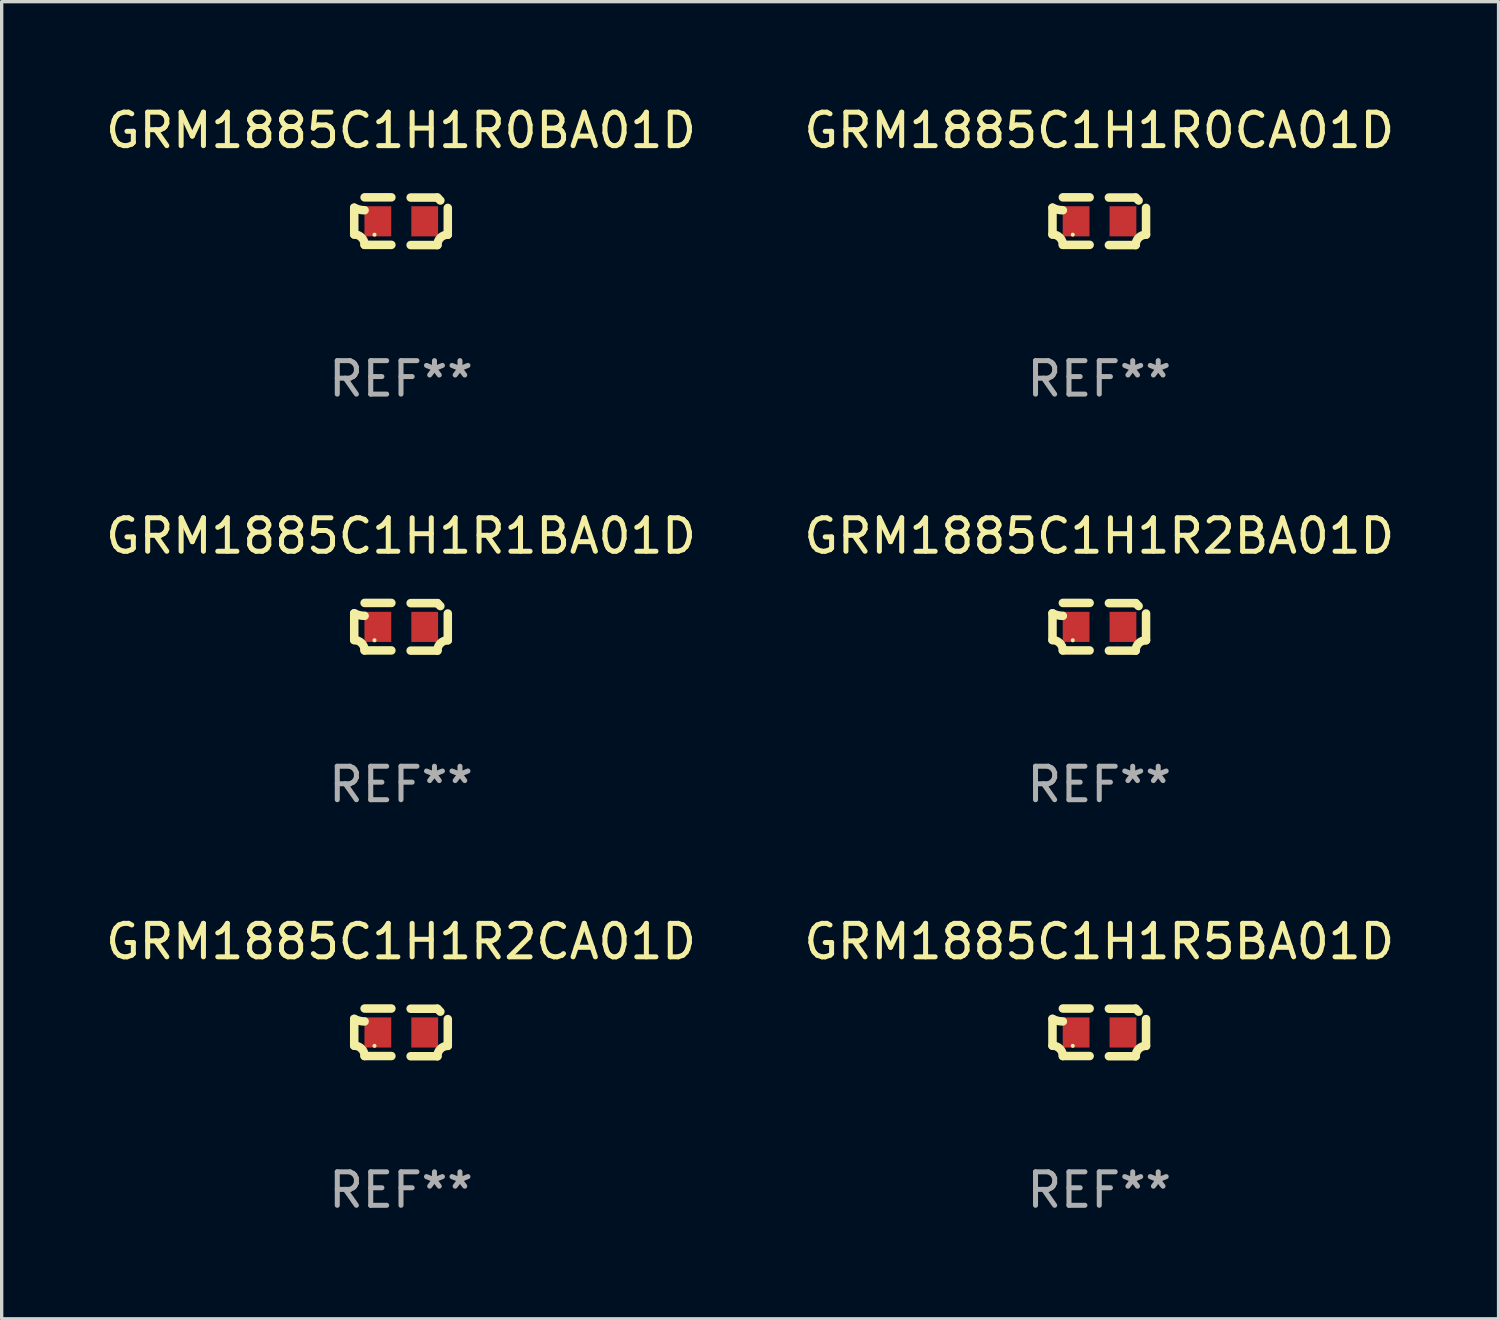
<source format=kicad_pcb>
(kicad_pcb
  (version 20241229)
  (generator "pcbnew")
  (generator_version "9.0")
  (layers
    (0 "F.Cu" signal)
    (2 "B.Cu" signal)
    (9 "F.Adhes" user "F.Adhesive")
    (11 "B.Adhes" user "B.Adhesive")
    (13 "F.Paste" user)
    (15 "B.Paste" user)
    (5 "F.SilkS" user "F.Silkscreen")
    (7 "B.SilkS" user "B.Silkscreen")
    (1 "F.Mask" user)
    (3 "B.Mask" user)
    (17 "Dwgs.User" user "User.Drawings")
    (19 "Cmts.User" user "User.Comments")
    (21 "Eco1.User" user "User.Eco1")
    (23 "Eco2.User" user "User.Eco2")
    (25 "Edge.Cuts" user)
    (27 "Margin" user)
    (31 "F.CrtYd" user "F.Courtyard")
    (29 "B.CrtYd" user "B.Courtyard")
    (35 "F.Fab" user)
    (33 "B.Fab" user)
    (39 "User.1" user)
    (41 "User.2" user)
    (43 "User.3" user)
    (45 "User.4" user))
  (footprint "GRM1885C1H1R1BA01D"
    (layer "F.Cu")
    (at 8.935 15.683)
    (property "Reference" "GRM1885C1H1R1BA01D" (at 0 -2.713 0) (layer "F.SilkS") (effects (font (size 1 1) (thickness 0.15))))
    (attr through_hole)
    (fp_line (start -1.398 -0.403) (end -1.398 0.397) (stroke (width 0.254) (type solid)) (layer "F.SilkS"))
    (fp_line (start -0.288 -0.713) (end -1.088 -0.713) (stroke (width 0.254) (type solid)) (layer "F.SilkS"))
    (fp_line (start -0.288 0.707) (end -1.088 0.707) (stroke (width 0.254) (type solid)) (layer "F.SilkS"))
    (fp_line (start 0.288 -0.707) (end 1.088 -0.707) (stroke (width 0.254) (type solid)) (layer "F.SilkS"))
    (fp_line (start 0.288 0.713) (end 1.088 0.713) (stroke (width 0.254) (type solid)) (layer "F.SilkS"))
    (fp_line (start 1.398 -0.397) (end 1.398 0.403) (stroke (width 0.254) (type solid)) (layer "F.SilkS"))
    (fp_arc (start -1.397789 0.397066) (mid -1.178701 0.487826) (end -1.08796 0.706922) (stroke (width 0.254001) (type solid)) (layer "F.SilkS"))
    (fp_arc (start -1.08796 -0.327176) (mid -1.247436 -0.346384) (end -1.39779 -0.402908) (stroke (width 0.254001) (type solid)) (layer "F.SilkS"))
    (fp_arc (start 1.087909 0.712738) (mid 1.178656 0.493655) (end 1.397739 0.402908) (stroke (width 0.254001) (type solid)) (layer "F.SilkS"))
    (fp_arc (start 1.175925 -0.618926) (mid 1.131917 -0.662923) (end 1.08791 -0.706922) (stroke (width 0.254001) (type solid)) (layer "F.SilkS"))
    (fp_circle (center -0.792 0.403) (end -0.762 0.403) (stroke (width 0.06) (type solid)) (fill no) (layer "F.SilkS"))
    (fp_text user "REF**" (at 0 4.713 0) (layer "F.Fab") (effects (font (size 1 1) (thickness 0.15))))
    (pad "1" smd rect (at -0.692 0.003) (size 0.8 0.9) (layers "F.Cu" "F.Mask" "F.Paste"))
    (pad "2" smd rect (at 0.708 0.003) (size 0.8 0.9) (layers "F.Cu" "F.Mask" "F.Paste")))
  (footprint "GRM1885C1H1R0CA01D"
    (layer "F.Cu")
    (at 29.804 3.561)
    (property "Reference" "GRM1885C1H1R0CA01D" (at 0 -2.713 0) (layer "F.SilkS") (effects (font (size 1 1) (thickness 0.15))))
    (attr through_hole)
    (fp_line (start -1.398 -0.403) (end -1.398 0.397) (stroke (width 0.254) (type solid)) (layer "F.SilkS"))
    (fp_line (start -0.288 -0.713) (end -1.088 -0.713) (stroke (width 0.254) (type solid)) (layer "F.SilkS"))
    (fp_line (start -0.288 0.707) (end -1.088 0.707) (stroke (width 0.254) (type solid)) (layer "F.SilkS"))
    (fp_line (start 0.288 -0.707) (end 1.088 -0.707) (stroke (width 0.254) (type solid)) (layer "F.SilkS"))
    (fp_line (start 0.288 0.713) (end 1.088 0.713) (stroke (width 0.254) (type solid)) (layer "F.SilkS"))
    (fp_line (start 1.398 -0.397) (end 1.398 0.403) (stroke (width 0.254) (type solid)) (layer "F.SilkS"))
    (fp_arc (start -1.397789 0.397066) (mid -1.178701 0.487826) (end -1.08796 0.706922) (stroke (width 0.254001) (type solid)) (layer "F.SilkS"))
    (fp_arc (start -1.08796 -0.327176) (mid -1.247436 -0.346384) (end -1.39779 -0.402908) (stroke (width 0.254001) (type solid)) (layer "F.SilkS"))
    (fp_arc (start 1.087909 0.712738) (mid 1.178656 0.493655) (end 1.397739 0.402908) (stroke (width 0.254001) (type solid)) (layer "F.SilkS"))
    (fp_arc (start 1.175925 -0.618926) (mid 1.131917 -0.662923) (end 1.08791 -0.706922) (stroke (width 0.254001) (type solid)) (layer "F.SilkS"))
    (fp_circle (center -0.792 0.403) (end -0.762 0.403) (stroke (width 0.06) (type solid)) (fill no) (layer "F.SilkS"))
    (fp_text user "REF**" (at 0 4.713 0) (layer "F.Fab") (effects (font (size 1 1) (thickness 0.15))))
    (pad "1" smd rect (at -0.692 0.003) (size 0.8 0.9) (layers "F.Cu" "F.Mask" "F.Paste"))
    (pad "2" smd rect (at 0.708 0.003) (size 0.8 0.9) (layers "F.Cu" "F.Mask" "F.Paste")))
  (footprint "GRM1885C1H1R5BA01D"
    (layer "F.Cu")
    (at 29.804 27.805)
    (property "Reference" "GRM1885C1H1R5BA01D" (at 0 -2.713 0) (layer "F.SilkS") (effects (font (size 1 1) (thickness 0.15))))
    (attr through_hole)
    (fp_line (start -1.398 -0.403) (end -1.398 0.397) (stroke (width 0.254) (type solid)) (layer "F.SilkS"))
    (fp_line (start -0.288 -0.713) (end -1.088 -0.713) (stroke (width 0.254) (type solid)) (layer "F.SilkS"))
    (fp_line (start -0.288 0.707) (end -1.088 0.707) (stroke (width 0.254) (type solid)) (layer "F.SilkS"))
    (fp_line (start 0.288 -0.707) (end 1.088 -0.707) (stroke (width 0.254) (type solid)) (layer "F.SilkS"))
    (fp_line (start 0.288 0.713) (end 1.088 0.713) (stroke (width 0.254) (type solid)) (layer "F.SilkS"))
    (fp_line (start 1.398 -0.397) (end 1.398 0.403) (stroke (width 0.254) (type solid)) (layer "F.SilkS"))
    (fp_arc (start -1.397789 0.397066) (mid -1.178701 0.487826) (end -1.08796 0.706922) (stroke (width 0.254001) (type solid)) (layer "F.SilkS"))
    (fp_arc (start -1.08796 -0.327176) (mid -1.247436 -0.346384) (end -1.39779 -0.402908) (stroke (width 0.254001) (type solid)) (layer "F.SilkS"))
    (fp_arc (start 1.087909 0.712738) (mid 1.178656 0.493655) (end 1.397739 0.402908) (stroke (width 0.254001) (type solid)) (layer "F.SilkS"))
    (fp_arc (start 1.175925 -0.618926) (mid 1.131917 -0.662923) (end 1.08791 -0.706922) (stroke (width 0.254001) (type solid)) (layer "F.SilkS"))
    (fp_circle (center -0.792 0.403) (end -0.762 0.403) (stroke (width 0.06) (type solid)) (fill no) (layer "F.SilkS"))
    (fp_text user "REF**" (at 0 4.713 0) (layer "F.Fab") (effects (font (size 1 1) (thickness 0.15))))
    (pad "1" smd rect (at -0.692 0.003) (size 0.8 0.9) (layers "F.Cu" "F.Mask" "F.Paste"))
    (pad "2" smd rect (at 0.708 0.003) (size 0.8 0.9) (layers "F.Cu" "F.Mask" "F.Paste")))
  (footprint "GRM1885C1H1R2BA01D"
    (layer "F.Cu")
    (at 29.804 15.683)
    (property "Reference" "GRM1885C1H1R2BA01D" (at 0 -2.713 0) (layer "F.SilkS") (effects (font (size 1 1) (thickness 0.15))))
    (attr through_hole)
    (fp_line (start -1.398 -0.403) (end -1.398 0.397) (stroke (width 0.254) (type solid)) (layer "F.SilkS"))
    (fp_line (start -0.288 -0.713) (end -1.088 -0.713) (stroke (width 0.254) (type solid)) (layer "F.SilkS"))
    (fp_line (start -0.288 0.707) (end -1.088 0.707) (stroke (width 0.254) (type solid)) (layer "F.SilkS"))
    (fp_line (start 0.288 -0.707) (end 1.088 -0.707) (stroke (width 0.254) (type solid)) (layer "F.SilkS"))
    (fp_line (start 0.288 0.713) (end 1.088 0.713) (stroke (width 0.254) (type solid)) (layer "F.SilkS"))
    (fp_line (start 1.398 -0.397) (end 1.398 0.403) (stroke (width 0.254) (type solid)) (layer "F.SilkS"))
    (fp_arc (start -1.397789 0.397066) (mid -1.178701 0.487826) (end -1.08796 0.706922) (stroke (width 0.254001) (type solid)) (layer "F.SilkS"))
    (fp_arc (start -1.08796 -0.327176) (mid -1.247436 -0.346384) (end -1.39779 -0.402908) (stroke (width 0.254001) (type solid)) (layer "F.SilkS"))
    (fp_arc (start 1.087909 0.712738) (mid 1.178656 0.493655) (end 1.397739 0.402908) (stroke (width 0.254001) (type solid)) (layer "F.SilkS"))
    (fp_arc (start 1.175925 -0.618926) (mid 1.131917 -0.662923) (end 1.08791 -0.706922) (stroke (width 0.254001) (type solid)) (layer "F.SilkS"))
    (fp_circle (center -0.792 0.403) (end -0.762 0.403) (stroke (width 0.06) (type solid)) (fill no) (layer "F.SilkS"))
    (fp_text user "REF**" (at 0 4.713 0) (layer "F.Fab") (effects (font (size 1 1) (thickness 0.15))))
    (pad "1" smd rect (at -0.692 0.003) (size 0.8 0.9) (layers "F.Cu" "F.Mask" "F.Paste"))
    (pad "2" smd rect (at 0.708 0.003) (size 0.8 0.9) (layers "F.Cu" "F.Mask" "F.Paste")))
  (footprint "GRM1885C1H1R0BA01D"
    (layer "F.Cu")
    (at 8.935 3.561)
    (property "Reference" "GRM1885C1H1R0BA01D" (at 0 -2.713 0) (layer "F.SilkS") (effects (font (size 1 1) (thickness 0.15))))
    (attr through_hole)
    (fp_line (start -1.398 -0.403) (end -1.398 0.397) (stroke (width 0.254) (type solid)) (layer "F.SilkS"))
    (fp_line (start -0.288 -0.713) (end -1.088 -0.713) (stroke (width 0.254) (type solid)) (layer "F.SilkS"))
    (fp_line (start -0.288 0.707) (end -1.088 0.707) (stroke (width 0.254) (type solid)) (layer "F.SilkS"))
    (fp_line (start 0.288 -0.707) (end 1.088 -0.707) (stroke (width 0.254) (type solid)) (layer "F.SilkS"))
    (fp_line (start 0.288 0.713) (end 1.088 0.713) (stroke (width 0.254) (type solid)) (layer "F.SilkS"))
    (fp_line (start 1.398 -0.397) (end 1.398 0.403) (stroke (width 0.254) (type solid)) (layer "F.SilkS"))
    (fp_arc (start -1.397789 0.397066) (mid -1.178701 0.487826) (end -1.08796 0.706922) (stroke (width 0.254001) (type solid)) (layer "F.SilkS"))
    (fp_arc (start -1.08796 -0.327176) (mid -1.247436 -0.346384) (end -1.39779 -0.402908) (stroke (width 0.254001) (type solid)) (layer "F.SilkS"))
    (fp_arc (start 1.087909 0.712738) (mid 1.178656 0.493655) (end 1.397739 0.402908) (stroke (width 0.254001) (type solid)) (layer "F.SilkS"))
    (fp_arc (start 1.175925 -0.618926) (mid 1.131917 -0.662923) (end 1.08791 -0.706922) (stroke (width 0.254001) (type solid)) (layer "F.SilkS"))
    (fp_circle (center -0.792 0.403) (end -0.762 0.403) (stroke (width 0.06) (type solid)) (fill no) (layer "F.SilkS"))
    (fp_text user "REF**" (at 0 4.713 0) (layer "F.Fab") (effects (font (size 1 1) (thickness 0.15))))
    (pad "1" smd rect (at -0.692 0.003) (size 0.8 0.9) (layers "F.Cu" "F.Mask" "F.Paste"))
    (pad "2" smd rect (at 0.708 0.003) (size 0.8 0.9) (layers "F.Cu" "F.Mask" "F.Paste")))
  (footprint "GRM1885C1H1R2CA01D"
    (layer "F.Cu")
    (at 8.935 27.805)
    (property "Reference" "GRM1885C1H1R2CA01D" (at 0 -2.713 0) (layer "F.SilkS") (effects (font (size 1 1) (thickness 0.15))))
    (attr through_hole)
    (fp_line (start -1.398 -0.403) (end -1.398 0.397) (stroke (width 0.254) (type solid)) (layer "F.SilkS"))
    (fp_line (start -0.288 -0.713) (end -1.088 -0.713) (stroke (width 0.254) (type solid)) (layer "F.SilkS"))
    (fp_line (start -0.288 0.707) (end -1.088 0.707) (stroke (width 0.254) (type solid)) (layer "F.SilkS"))
    (fp_line (start 0.288 -0.707) (end 1.088 -0.707) (stroke (width 0.254) (type solid)) (layer "F.SilkS"))
    (fp_line (start 0.288 0.713) (end 1.088 0.713) (stroke (width 0.254) (type solid)) (layer "F.SilkS"))
    (fp_line (start 1.398 -0.397) (end 1.398 0.403) (stroke (width 0.254) (type solid)) (layer "F.SilkS"))
    (fp_arc (start -1.397789 0.397066) (mid -1.178701 0.487826) (end -1.08796 0.706922) (stroke (width 0.254001) (type solid)) (layer "F.SilkS"))
    (fp_arc (start -1.08796 -0.327176) (mid -1.247436 -0.346384) (end -1.39779 -0.402908) (stroke (width 0.254001) (type solid)) (layer "F.SilkS"))
    (fp_arc (start 1.087909 0.712738) (mid 1.178656 0.493655) (end 1.397739 0.402908) (stroke (width 0.254001) (type solid)) (layer "F.SilkS"))
    (fp_arc (start 1.175925 -0.618926) (mid 1.131917 -0.662923) (end 1.08791 -0.706922) (stroke (width 0.254001) (type solid)) (layer "F.SilkS"))
    (fp_circle (center -0.792 0.403) (end -0.762 0.403) (stroke (width 0.06) (type solid)) (fill no) (layer "F.SilkS"))
    (fp_text user "REF**" (at 0 4.713 0) (layer "F.Fab") (effects (font (size 1 1) (thickness 0.15))))
    (pad "1" smd rect (at -0.692 0.003) (size 0.8 0.9) (layers "F.Cu" "F.Mask" "F.Paste"))
    (pad "2" smd rect (at 0.708 0.003) (size 0.8 0.9) (layers "F.Cu" "F.Mask" "F.Paste")))
  (gr_rect
    (start -3 -3)
    (end 41.738 36.366)
    (stroke (width 0.1) (type default))
    (fill no)
    (layer "Edge.Cuts")))
</source>
